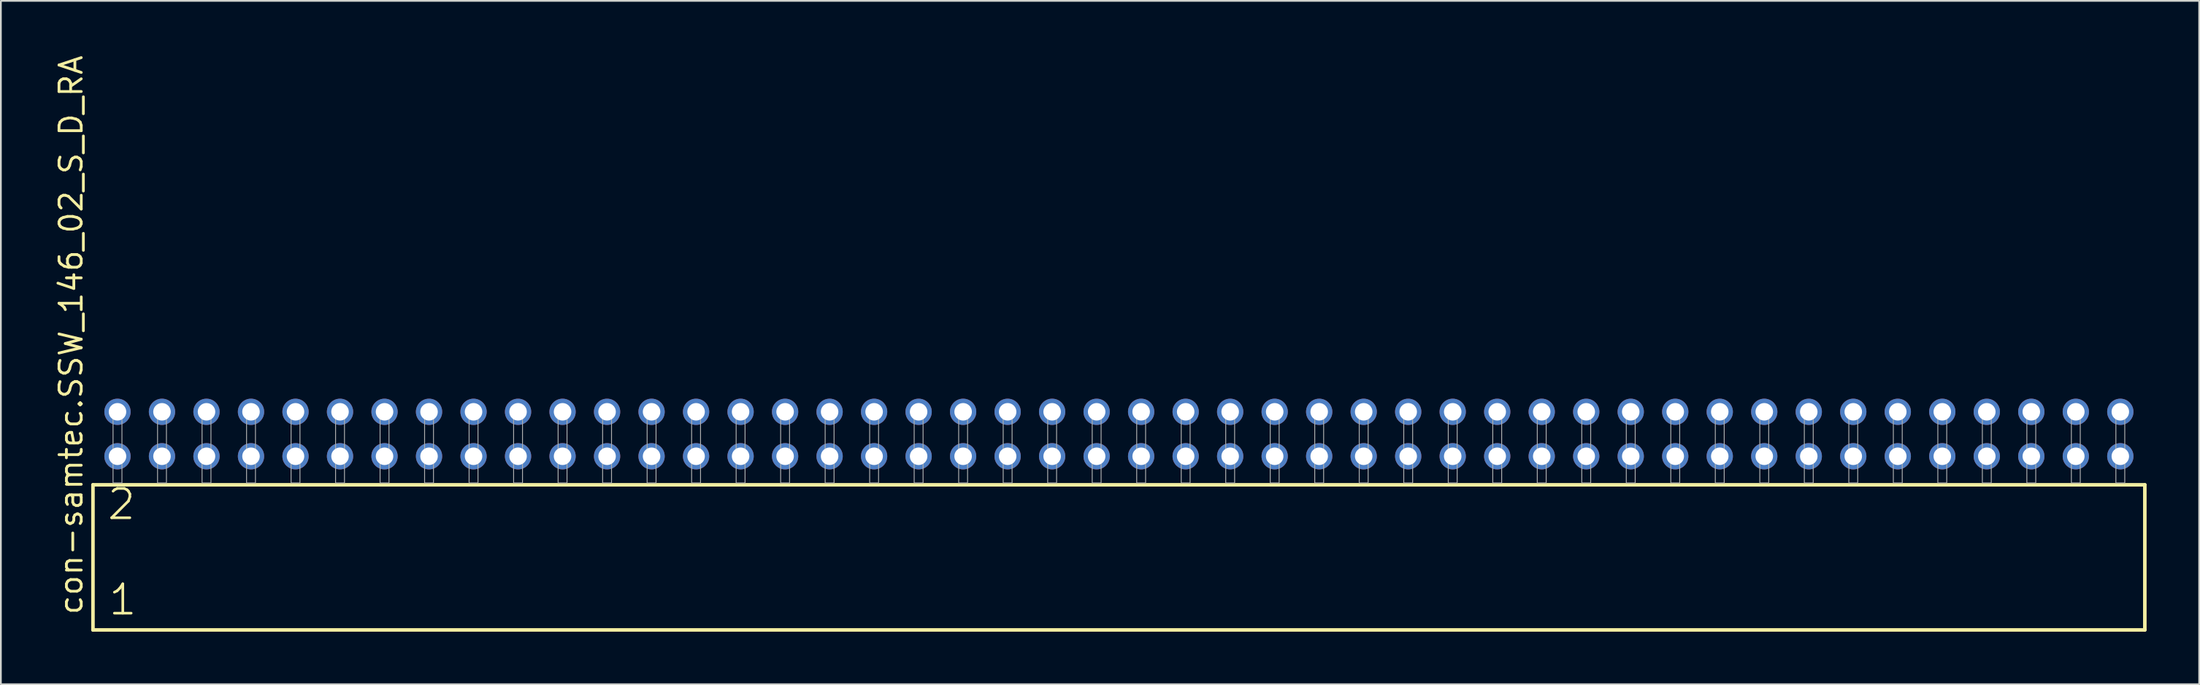
<source format=kicad_pcb>
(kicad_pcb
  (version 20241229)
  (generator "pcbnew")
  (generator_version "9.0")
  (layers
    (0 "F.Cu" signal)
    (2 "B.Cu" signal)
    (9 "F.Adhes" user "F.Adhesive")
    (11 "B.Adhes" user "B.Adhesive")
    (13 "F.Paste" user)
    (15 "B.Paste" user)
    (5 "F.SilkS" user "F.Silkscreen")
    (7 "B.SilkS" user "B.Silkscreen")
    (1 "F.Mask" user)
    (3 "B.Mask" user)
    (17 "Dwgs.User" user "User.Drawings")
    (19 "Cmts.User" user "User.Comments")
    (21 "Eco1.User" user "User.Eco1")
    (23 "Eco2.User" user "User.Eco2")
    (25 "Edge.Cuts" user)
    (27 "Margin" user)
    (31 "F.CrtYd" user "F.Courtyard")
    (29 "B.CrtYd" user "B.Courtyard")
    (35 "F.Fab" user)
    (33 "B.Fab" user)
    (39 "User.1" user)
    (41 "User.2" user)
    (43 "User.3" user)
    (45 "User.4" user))
  (footprint "con-samtec.SSW_146_02_S_D_RA"
    (layer "F.Cu")
    (at 60.805 24.537)
    (property "Reference" "con-samtec.SSW_146_02_S_D_RA" (at -59.055 7.62 90) (layer "F.SilkS") (effects (font (size 1.27 1.27) (thickness 0.16)) (justify left bottom)))
    (attr through_hole)
    (fp_line (start -58.549 0.106) (end -58.549 8.396) (stroke (width 0.203) (type default)) (layer "F.SilkS"))
    (fp_line (start -58.549 8.396) (end 58.549 8.396) (stroke (width 0.203) (type default)) (layer "F.SilkS"))
    (fp_line (start 58.549 0.106) (end -58.549 0.106) (stroke (width 0.203) (type default)) (layer "F.SilkS"))
    (fp_line (start 58.549 8.396) (end 58.549 0.106) (stroke (width 0.203) (type default)) (layer "F.SilkS"))
    (fp_rect (start -57.404 0) (end -56.896 -4.318) (stroke (width 0.05) (type default)) (fill no) (layer "F.Fab"))
    (fp_rect (start -54.864 0) (end -54.356 -4.318) (stroke (width 0.05) (type default)) (fill no) (layer "F.Fab"))
    (fp_rect (start -52.324 0) (end -51.816 -4.318) (stroke (width 0.05) (type default)) (fill no) (layer "F.Fab"))
    (fp_rect (start -49.784 0) (end -49.276 -4.318) (stroke (width 0.05) (type default)) (fill no) (layer "F.Fab"))
    (fp_rect (start -47.244 0) (end -46.736 -4.318) (stroke (width 0.05) (type default)) (fill no) (layer "F.Fab"))
    (fp_rect (start -44.704 0) (end -44.196 -4.318) (stroke (width 0.05) (type default)) (fill no) (layer "F.Fab"))
    (fp_rect (start -42.164 0) (end -41.656 -4.318) (stroke (width 0.05) (type default)) (fill no) (layer "F.Fab"))
    (fp_rect (start -39.624 0) (end -39.116 -4.318) (stroke (width 0.05) (type default)) (fill no) (layer "F.Fab"))
    (fp_rect (start -37.084 0) (end -36.576 -4.318) (stroke (width 0.05) (type default)) (fill no) (layer "F.Fab"))
    (fp_rect (start -34.544 0) (end -34.036 -4.318) (stroke (width 0.05) (type default)) (fill no) (layer "F.Fab"))
    (fp_rect (start -32.004 0) (end -31.496 -4.318) (stroke (width 0.05) (type default)) (fill no) (layer "F.Fab"))
    (fp_rect (start -29.464 0) (end -28.956 -4.318) (stroke (width 0.05) (type default)) (fill no) (layer "F.Fab"))
    (fp_rect (start -26.924 0) (end -26.416 -4.318) (stroke (width 0.05) (type default)) (fill no) (layer "F.Fab"))
    (fp_rect (start -24.384 0) (end -23.876 -4.318) (stroke (width 0.05) (type default)) (fill no) (layer "F.Fab"))
    (fp_rect (start -21.844 0) (end -21.336 -4.318) (stroke (width 0.05) (type default)) (fill no) (layer "F.Fab"))
    (fp_rect (start -19.304 0) (end -18.796 -4.318) (stroke (width 0.05) (type default)) (fill no) (layer "F.Fab"))
    (fp_rect (start -16.764 0) (end -16.256 -4.318) (stroke (width 0.05) (type default)) (fill no) (layer "F.Fab"))
    (fp_rect (start -14.224 0) (end -13.716 -4.318) (stroke (width 0.05) (type default)) (fill no) (layer "F.Fab"))
    (fp_rect (start -11.684 0) (end -11.176 -4.318) (stroke (width 0.05) (type default)) (fill no) (layer "F.Fab"))
    (fp_rect (start -9.144 0) (end -8.636 -4.318) (stroke (width 0.05) (type default)) (fill no) (layer "F.Fab"))
    (fp_rect (start -6.604 0) (end -6.096 -4.318) (stroke (width 0.05) (type default)) (fill no) (layer "F.Fab"))
    (fp_rect (start -4.064 0) (end -3.556 -4.318) (stroke (width 0.05) (type default)) (fill no) (layer "F.Fab"))
    (fp_rect (start -1.524 0) (end -1.016 -4.318) (stroke (width 0.05) (type default)) (fill no) (layer "F.Fab"))
    (fp_rect (start 1.016 0) (end 1.524 -4.318) (stroke (width 0.05) (type default)) (fill no) (layer "F.Fab"))
    (fp_rect (start 3.556 0) (end 4.064 -4.318) (stroke (width 0.05) (type default)) (fill no) (layer "F.Fab"))
    (fp_rect (start 6.096 0) (end 6.604 -4.318) (stroke (width 0.05) (type default)) (fill no) (layer "F.Fab"))
    (fp_rect (start 8.636 0) (end 9.144 -4.318) (stroke (width 0.05) (type default)) (fill no) (layer "F.Fab"))
    (fp_rect (start 11.176 0) (end 11.684 -4.318) (stroke (width 0.05) (type default)) (fill no) (layer "F.Fab"))
    (fp_rect (start 13.716 0) (end 14.224 -4.318) (stroke (width 0.05) (type default)) (fill no) (layer "F.Fab"))
    (fp_rect (start 16.256 0) (end 16.764 -4.318) (stroke (width 0.05) (type default)) (fill no) (layer "F.Fab"))
    (fp_rect (start 18.796 0) (end 19.304 -4.318) (stroke (width 0.05) (type default)) (fill no) (layer "F.Fab"))
    (fp_rect (start 21.336 0) (end 21.844 -4.318) (stroke (width 0.05) (type default)) (fill no) (layer "F.Fab"))
    (fp_rect (start 23.876 0) (end 24.384 -4.318) (stroke (width 0.05) (type default)) (fill no) (layer "F.Fab"))
    (fp_rect (start 26.416 0) (end 26.924 -4.318) (stroke (width 0.05) (type default)) (fill no) (layer "F.Fab"))
    (fp_rect (start 28.956 0) (end 29.464 -4.318) (stroke (width 0.05) (type default)) (fill no) (layer "F.Fab"))
    (fp_rect (start 31.496 0) (end 32.004 -4.318) (stroke (width 0.05) (type default)) (fill no) (layer "F.Fab"))
    (fp_rect (start 34.036 0) (end 34.544 -4.318) (stroke (width 0.05) (type default)) (fill no) (layer "F.Fab"))
    (fp_rect (start 36.576 0) (end 37.084 -4.318) (stroke (width 0.05) (type default)) (fill no) (layer "F.Fab"))
    (fp_rect (start 39.116 0) (end 39.624 -4.318) (stroke (width 0.05) (type default)) (fill no) (layer "F.Fab"))
    (fp_rect (start 41.656 0) (end 42.164 -4.318) (stroke (width 0.05) (type default)) (fill no) (layer "F.Fab"))
    (fp_rect (start 44.196 0) (end 44.704 -4.318) (stroke (width 0.05) (type default)) (fill no) (layer "F.Fab"))
    (fp_rect (start 46.736 0) (end 47.244 -4.318) (stroke (width 0.05) (type default)) (fill no) (layer "F.Fab"))
    (fp_rect (start 49.276 0) (end 49.784 -4.318) (stroke (width 0.05) (type default)) (fill no) (layer "F.Fab"))
    (fp_rect (start 51.816 0) (end 52.324 -4.318) (stroke (width 0.05) (type default)) (fill no) (layer "F.Fab"))
    (fp_rect (start 54.356 0) (end 54.864 -4.318) (stroke (width 0.05) (type default)) (fill no) (layer "F.Fab"))
    (fp_rect (start 56.896 0) (end 57.404 -4.318) (stroke (width 0.05) (type default)) (fill no) (layer "F.Fab"))
    (fp_text user "2" (at -57.82 2.2 0) (layer "F.SilkS") (effects (font (size 1.676 1.676) (thickness 0.15)) (justify left bottom)))
    (fp_text user "1" (at -57.745 7.65 0) (layer "F.SilkS") (effects (font (size 1.676 1.676) (thickness 0.15)) (justify left bottom)))
    (pad "1" thru_hole circle (at -57.15 -1.524) (size 1.5 1.5) (drill 1) (layers "*.Cu" "*.Mask"))
    (pad "2" thru_hole circle (at -57.15 -4.064) (size 1.5 1.5) (drill 1) (layers "*.Cu" "*.Mask"))
    (pad "3" thru_hole circle (at -54.61 -1.524) (size 1.5 1.5) (drill 1) (layers "*.Cu" "*.Mask"))
    (pad "4" thru_hole circle (at -54.61 -4.064) (size 1.5 1.5) (drill 1) (layers "*.Cu" "*.Mask"))
    (pad "5" thru_hole circle (at -52.07 -1.524) (size 1.5 1.5) (drill 1) (layers "*.Cu" "*.Mask"))
    (pad "6" thru_hole circle (at -52.07 -4.064) (size 1.5 1.5) (drill 1) (layers "*.Cu" "*.Mask"))
    (pad "7" thru_hole circle (at -49.53 -1.524) (size 1.5 1.5) (drill 1) (layers "*.Cu" "*.Mask"))
    (pad "8" thru_hole circle (at -49.53 -4.064) (size 1.5 1.5) (drill 1) (layers "*.Cu" "*.Mask"))
    (pad "9" thru_hole circle (at -46.99 -1.524) (size 1.5 1.5) (drill 1) (layers "*.Cu" "*.Mask"))
    (pad "10" thru_hole circle (at -46.99 -4.064) (size 1.5 1.5) (drill 1) (layers "*.Cu" "*.Mask"))
    (pad "11" thru_hole circle (at -44.45 -1.524) (size 1.5 1.5) (drill 1) (layers "*.Cu" "*.Mask"))
    (pad "12" thru_hole circle (at -44.45 -4.064) (size 1.5 1.5) (drill 1) (layers "*.Cu" "*.Mask"))
    (pad "13" thru_hole circle (at -41.91 -1.524) (size 1.5 1.5) (drill 1) (layers "*.Cu" "*.Mask"))
    (pad "14" thru_hole circle (at -41.91 -4.064) (size 1.5 1.5) (drill 1) (layers "*.Cu" "*.Mask"))
    (pad "15" thru_hole circle (at -39.37 -1.524) (size 1.5 1.5) (drill 1) (layers "*.Cu" "*.Mask"))
    (pad "16" thru_hole circle (at -39.37 -4.064) (size 1.5 1.5) (drill 1) (layers "*.Cu" "*.Mask"))
    (pad "17" thru_hole circle (at -36.83 -1.524) (size 1.5 1.5) (drill 1) (layers "*.Cu" "*.Mask"))
    (pad "18" thru_hole circle (at -36.83 -4.064) (size 1.5 1.5) (drill 1) (layers "*.Cu" "*.Mask"))
    (pad "19" thru_hole circle (at -34.29 -1.524) (size 1.5 1.5) (drill 1) (layers "*.Cu" "*.Mask"))
    (pad "20" thru_hole circle (at -34.29 -4.064) (size 1.5 1.5) (drill 1) (layers "*.Cu" "*.Mask"))
    (pad "21" thru_hole circle (at -31.75 -1.524) (size 1.5 1.5) (drill 1) (layers "*.Cu" "*.Mask"))
    (pad "22" thru_hole circle (at -31.75 -4.064) (size 1.5 1.5) (drill 1) (layers "*.Cu" "*.Mask"))
    (pad "23" thru_hole circle (at -29.21 -1.524) (size 1.5 1.5) (drill 1) (layers "*.Cu" "*.Mask"))
    (pad "24" thru_hole circle (at -29.21 -4.064) (size 1.5 1.5) (drill 1) (layers "*.Cu" "*.Mask"))
    (pad "25" thru_hole circle (at -26.67 -1.524) (size 1.5 1.5) (drill 1) (layers "*.Cu" "*.Mask"))
    (pad "26" thru_hole circle (at -26.67 -4.064) (size 1.5 1.5) (drill 1) (layers "*.Cu" "*.Mask"))
    (pad "27" thru_hole circle (at -24.13 -1.524) (size 1.5 1.5) (drill 1) (layers "*.Cu" "*.Mask"))
    (pad "28" thru_hole circle (at -24.13 -4.064) (size 1.5 1.5) (drill 1) (layers "*.Cu" "*.Mask"))
    (pad "29" thru_hole circle (at -21.59 -1.524) (size 1.5 1.5) (drill 1) (layers "*.Cu" "*.Mask"))
    (pad "30" thru_hole circle (at -21.59 -4.064) (size 1.5 1.5) (drill 1) (layers "*.Cu" "*.Mask"))
    (pad "31" thru_hole circle (at -19.05 -1.524) (size 1.5 1.5) (drill 1) (layers "*.Cu" "*.Mask"))
    (pad "32" thru_hole circle (at -19.05 -4.064) (size 1.5 1.5) (drill 1) (layers "*.Cu" "*.Mask"))
    (pad "33" thru_hole circle (at -16.51 -1.524) (size 1.5 1.5) (drill 1) (layers "*.Cu" "*.Mask"))
    (pad "34" thru_hole circle (at -16.51 -4.064) (size 1.5 1.5) (drill 1) (layers "*.Cu" "*.Mask"))
    (pad "35" thru_hole circle (at -13.97 -1.524) (size 1.5 1.5) (drill 1) (layers "*.Cu" "*.Mask"))
    (pad "36" thru_hole circle (at -13.97 -4.064) (size 1.5 1.5) (drill 1) (layers "*.Cu" "*.Mask"))
    (pad "37" thru_hole circle (at -11.43 -1.524) (size 1.5 1.5) (drill 1) (layers "*.Cu" "*.Mask"))
    (pad "38" thru_hole circle (at -11.43 -4.064) (size 1.5 1.5) (drill 1) (layers "*.Cu" "*.Mask"))
    (pad "39" thru_hole circle (at -8.89 -1.524) (size 1.5 1.5) (drill 1) (layers "*.Cu" "*.Mask"))
    (pad "40" thru_hole circle (at -8.89 -4.064) (size 1.5 1.5) (drill 1) (layers "*.Cu" "*.Mask"))
    (pad "41" thru_hole circle (at -6.35 -1.524) (size 1.5 1.5) (drill 1) (layers "*.Cu" "*.Mask"))
    (pad "42" thru_hole circle (at -6.35 -4.064) (size 1.5 1.5) (drill 1) (layers "*.Cu" "*.Mask"))
    (pad "43" thru_hole circle (at -3.81 -1.524) (size 1.5 1.5) (drill 1) (layers "*.Cu" "*.Mask"))
    (pad "44" thru_hole circle (at -3.81 -4.064) (size 1.5 1.5) (drill 1) (layers "*.Cu" "*.Mask"))
    (pad "45" thru_hole circle (at -1.27 -1.524) (size 1.5 1.5) (drill 1) (layers "*.Cu" "*.Mask"))
    (pad "46" thru_hole circle (at -1.27 -4.064) (size 1.5 1.5) (drill 1) (layers "*.Cu" "*.Mask"))
    (pad "47" thru_hole circle (at 1.27 -1.524) (size 1.5 1.5) (drill 1) (layers "*.Cu" "*.Mask"))
    (pad "48" thru_hole circle (at 1.27 -4.064) (size 1.5 1.5) (drill 1) (layers "*.Cu" "*.Mask"))
    (pad "49" thru_hole circle (at 3.81 -1.524) (size 1.5 1.5) (drill 1) (layers "*.Cu" "*.Mask"))
    (pad "50" thru_hole circle (at 3.81 -4.064) (size 1.5 1.5) (drill 1) (layers "*.Cu" "*.Mask"))
    (pad "51" thru_hole circle (at 6.35 -1.524) (size 1.5 1.5) (drill 1) (layers "*.Cu" "*.Mask"))
    (pad "52" thru_hole circle (at 6.35 -4.064) (size 1.5 1.5) (drill 1) (layers "*.Cu" "*.Mask"))
    (pad "53" thru_hole circle (at 8.89 -1.524) (size 1.5 1.5) (drill 1) (layers "*.Cu" "*.Mask"))
    (pad "54" thru_hole circle (at 8.89 -4.064) (size 1.5 1.5) (drill 1) (layers "*.Cu" "*.Mask"))
    (pad "55" thru_hole circle (at 11.43 -1.524) (size 1.5 1.5) (drill 1) (layers "*.Cu" "*.Mask"))
    (pad "56" thru_hole circle (at 11.43 -4.064) (size 1.5 1.5) (drill 1) (layers "*.Cu" "*.Mask"))
    (pad "57" thru_hole circle (at 13.97 -1.524) (size 1.5 1.5) (drill 1) (layers "*.Cu" "*.Mask"))
    (pad "58" thru_hole circle (at 13.97 -4.064) (size 1.5 1.5) (drill 1) (layers "*.Cu" "*.Mask"))
    (pad "59" thru_hole circle (at 16.51 -1.524) (size 1.5 1.5) (drill 1) (layers "*.Cu" "*.Mask"))
    (pad "60" thru_hole circle (at 16.51 -4.064) (size 1.5 1.5) (drill 1) (layers "*.Cu" "*.Mask"))
    (pad "61" thru_hole circle (at 19.05 -1.524) (size 1.5 1.5) (drill 1) (layers "*.Cu" "*.Mask"))
    (pad "62" thru_hole circle (at 19.05 -4.064) (size 1.5 1.5) (drill 1) (layers "*.Cu" "*.Mask"))
    (pad "63" thru_hole circle (at 21.59 -1.524) (size 1.5 1.5) (drill 1) (layers "*.Cu" "*.Mask"))
    (pad "64" thru_hole circle (at 21.59 -4.064) (size 1.5 1.5) (drill 1) (layers "*.Cu" "*.Mask"))
    (pad "65" thru_hole circle (at 24.13 -1.524) (size 1.5 1.5) (drill 1) (layers "*.Cu" "*.Mask"))
    (pad "66" thru_hole circle (at 24.13 -4.064) (size 1.5 1.5) (drill 1) (layers "*.Cu" "*.Mask"))
    (pad "67" thru_hole circle (at 26.67 -1.524) (size 1.5 1.5) (drill 1) (layers "*.Cu" "*.Mask"))
    (pad "68" thru_hole circle (at 26.67 -4.064) (size 1.5 1.5) (drill 1) (layers "*.Cu" "*.Mask"))
    (pad "69" thru_hole circle (at 29.21 -1.524) (size 1.5 1.5) (drill 1) (layers "*.Cu" "*.Mask"))
    (pad "70" thru_hole circle (at 29.21 -4.064) (size 1.5 1.5) (drill 1) (layers "*.Cu" "*.Mask"))
    (pad "71" thru_hole circle (at 31.75 -1.524) (size 1.5 1.5) (drill 1) (layers "*.Cu" "*.Mask"))
    (pad "72" thru_hole circle (at 31.75 -4.064) (size 1.5 1.5) (drill 1) (layers "*.Cu" "*.Mask"))
    (pad "73" thru_hole circle (at 34.29 -1.524) (size 1.5 1.5) (drill 1) (layers "*.Cu" "*.Mask"))
    (pad "74" thru_hole circle (at 34.29 -4.064) (size 1.5 1.5) (drill 1) (layers "*.Cu" "*.Mask"))
    (pad "75" thru_hole circle (at 36.83 -1.524) (size 1.5 1.5) (drill 1) (layers "*.Cu" "*.Mask"))
    (pad "76" thru_hole circle (at 36.83 -4.064) (size 1.5 1.5) (drill 1) (layers "*.Cu" "*.Mask"))
    (pad "77" thru_hole circle (at 39.37 -1.524) (size 1.5 1.5) (drill 1) (layers "*.Cu" "*.Mask"))
    (pad "78" thru_hole circle (at 39.37 -4.064) (size 1.5 1.5) (drill 1) (layers "*.Cu" "*.Mask"))
    (pad "79" thru_hole circle (at 41.91 -1.524) (size 1.5 1.5) (drill 1) (layers "*.Cu" "*.Mask"))
    (pad "80" thru_hole circle (at 41.91 -4.064) (size 1.5 1.5) (drill 1) (layers "*.Cu" "*.Mask"))
    (pad "81" thru_hole circle (at 44.45 -1.524) (size 1.5 1.5) (drill 1) (layers "*.Cu" "*.Mask"))
    (pad "82" thru_hole circle (at 44.45 -4.064) (size 1.5 1.5) (drill 1) (layers "*.Cu" "*.Mask"))
    (pad "83" thru_hole circle (at 46.99 -1.524) (size 1.5 1.5) (drill 1) (layers "*.Cu" "*.Mask"))
    (pad "84" thru_hole circle (at 46.99 -4.064) (size 1.5 1.5) (drill 1) (layers "*.Cu" "*.Mask"))
    (pad "85" thru_hole circle (at 49.53 -1.524) (size 1.5 1.5) (drill 1) (layers "*.Cu" "*.Mask"))
    (pad "86" thru_hole circle (at 49.53 -4.064) (size 1.5 1.5) (drill 1) (layers "*.Cu" "*.Mask"))
    (pad "87" thru_hole circle (at 52.07 -1.524) (size 1.5 1.5) (drill 1) (layers "*.Cu" "*.Mask"))
    (pad "88" thru_hole circle (at 52.07 -4.064) (size 1.5 1.5) (drill 1) (layers "*.Cu" "*.Mask"))
    (pad "89" thru_hole circle (at 54.61 -1.524) (size 1.5 1.5) (drill 1) (layers "*.Cu" "*.Mask"))
    (pad "90" thru_hole circle (at 54.61 -4.064) (size 1.5 1.5) (drill 1) (layers "*.Cu" "*.Mask"))
    (pad "91" thru_hole circle (at 57.15 -1.524) (size 1.5 1.5) (drill 1) (layers "*.Cu" "*.Mask"))
    (pad "92" thru_hole circle (at 57.15 -4.064) (size 1.5 1.5) (drill 1) (layers "*.Cu" "*.Mask")))
  (gr_rect
    (start -3 -3)
    (end 122.456 36.035)
    (stroke (width 0.1) (type default))
    (fill no)
    (layer "Edge.Cuts")))
</source>
